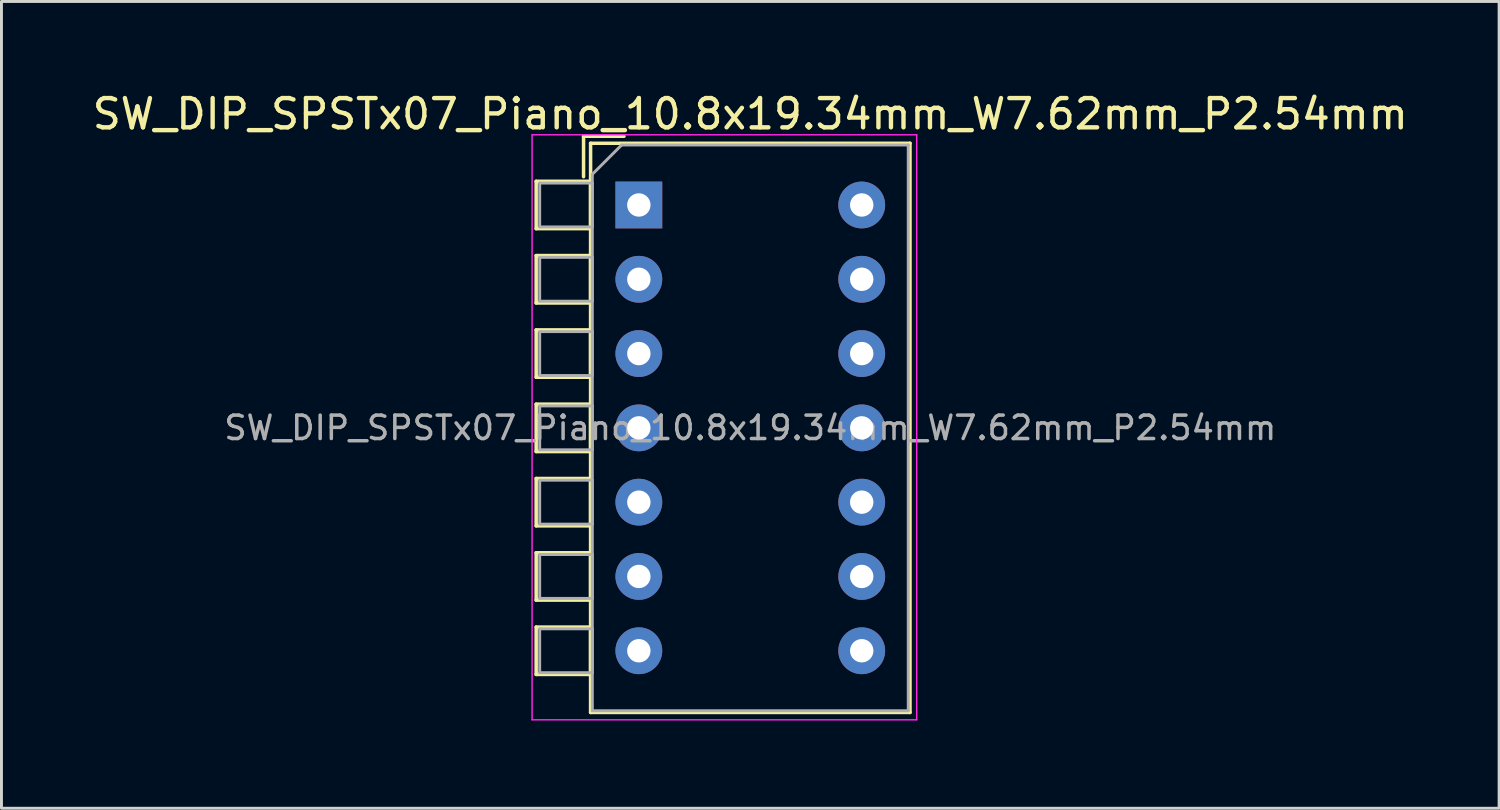
<source format=kicad_pcb>
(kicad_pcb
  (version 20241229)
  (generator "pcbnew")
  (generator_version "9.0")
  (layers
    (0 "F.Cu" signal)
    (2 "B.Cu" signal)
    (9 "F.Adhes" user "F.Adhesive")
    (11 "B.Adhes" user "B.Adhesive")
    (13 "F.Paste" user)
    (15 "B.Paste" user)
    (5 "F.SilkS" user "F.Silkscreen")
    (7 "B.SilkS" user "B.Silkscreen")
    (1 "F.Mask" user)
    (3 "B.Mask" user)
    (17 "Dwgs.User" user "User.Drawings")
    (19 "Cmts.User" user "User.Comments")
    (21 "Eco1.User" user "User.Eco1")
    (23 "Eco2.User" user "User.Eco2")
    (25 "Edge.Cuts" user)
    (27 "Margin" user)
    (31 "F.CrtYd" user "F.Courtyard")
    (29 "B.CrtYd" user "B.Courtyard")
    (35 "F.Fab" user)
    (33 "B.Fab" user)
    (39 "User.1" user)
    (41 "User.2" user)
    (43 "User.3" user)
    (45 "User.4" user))
  (footprint "SW_DIP_SPSTx07_Piano_10.8x19.34mm_W7.62mm_P2.54mm"
    (layer "F.Cu")
    (at 18.791 3.958)
    (property "Reference" "SW_DIP_SPSTx07_Piano_10.8x19.34mm_W7.62mm_P2.54mm" (at 3.81 -3.11 0) (layer "F.SilkS") (effects (font (size 1 1) (thickness 0.15))))
    (attr through_hole)
    (fp_line (start -3.51 -0.81) (end -3.51 0.81) (stroke (width 0.12) (type solid)) (layer "F.SilkS"))
    (fp_line (start -3.51 -0.81) (end -1.65 -0.81) (stroke (width 0.12) (type solid)) (layer "F.SilkS"))
    (fp_line (start -3.51 0.81) (end -1.65 0.81) (stroke (width 0.12) (type solid)) (layer "F.SilkS"))
    (fp_line (start -3.51 1.73) (end -3.51 3.35) (stroke (width 0.12) (type solid)) (layer "F.SilkS"))
    (fp_line (start -3.51 1.73) (end -1.65 1.73) (stroke (width 0.12) (type solid)) (layer "F.SilkS"))
    (fp_line (start -3.51 3.35) (end -1.65 3.35) (stroke (width 0.12) (type solid)) (layer "F.SilkS"))
    (fp_line (start -3.51 4.27) (end -3.51 5.89) (stroke (width 0.12) (type solid)) (layer "F.SilkS"))
    (fp_line (start -3.51 4.27) (end -1.65 4.27) (stroke (width 0.12) (type solid)) (layer "F.SilkS"))
    (fp_line (start -3.51 5.89) (end -1.65 5.89) (stroke (width 0.12) (type solid)) (layer "F.SilkS"))
    (fp_line (start -3.51 6.81) (end -3.51 8.43) (stroke (width 0.12) (type solid)) (layer "F.SilkS"))
    (fp_line (start -3.51 6.81) (end -1.65 6.81) (stroke (width 0.12) (type solid)) (layer "F.SilkS"))
    (fp_line (start -3.51 8.43) (end -1.65 8.43) (stroke (width 0.12) (type solid)) (layer "F.SilkS"))
    (fp_line (start -3.51 9.35) (end -3.51 10.97) (stroke (width 0.12) (type solid)) (layer "F.SilkS"))
    (fp_line (start -3.51 9.35) (end -1.65 9.35) (stroke (width 0.12) (type solid)) (layer "F.SilkS"))
    (fp_line (start -3.51 10.97) (end -1.65 10.97) (stroke (width 0.12) (type solid)) (layer "F.SilkS"))
    (fp_line (start -3.51 11.89) (end -3.51 13.51) (stroke (width 0.12) (type solid)) (layer "F.SilkS"))
    (fp_line (start -3.51 11.89) (end -1.65 11.89) (stroke (width 0.12) (type solid)) (layer "F.SilkS"))
    (fp_line (start -3.51 13.51) (end -1.65 13.51) (stroke (width 0.12) (type solid)) (layer "F.SilkS"))
    (fp_line (start -3.51 14.43) (end -3.51 16.05) (stroke (width 0.12) (type solid)) (layer "F.SilkS"))
    (fp_line (start -3.51 14.43) (end -1.65 14.43) (stroke (width 0.12) (type solid)) (layer "F.SilkS"))
    (fp_line (start -3.51 16.05) (end -1.65 16.05) (stroke (width 0.12) (type solid)) (layer "F.SilkS"))
    (fp_line (start -1.89 -2.35) (end -1.89 -0.967) (stroke (width 0.12) (type solid)) (layer "F.SilkS"))
    (fp_line (start -1.89 -2.35) (end -0.507 -2.35) (stroke (width 0.12) (type solid)) (layer "F.SilkS"))
    (fp_line (start -1.65 -2.11) (end -1.65 17.35) (stroke (width 0.12) (type solid)) (layer "F.SilkS"))
    (fp_line (start -1.65 -2.11) (end 9.27 -2.11) (stroke (width 0.12) (type solid)) (layer "F.SilkS"))
    (fp_line (start -1.65 -0.81) (end -1.65 0.81) (stroke (width 0.12) (type solid)) (layer "F.SilkS"))
    (fp_line (start -1.65 1.73) (end -1.65 3.35) (stroke (width 0.12) (type solid)) (layer "F.SilkS"))
    (fp_line (start -1.65 4.27) (end -1.65 5.89) (stroke (width 0.12) (type solid)) (layer "F.SilkS"))
    (fp_line (start -1.65 6.81) (end -1.65 8.43) (stroke (width 0.12) (type solid)) (layer "F.SilkS"))
    (fp_line (start -1.65 9.35) (end -1.65 10.97) (stroke (width 0.12) (type solid)) (layer "F.SilkS"))
    (fp_line (start -1.65 11.89) (end -1.65 13.51) (stroke (width 0.12) (type solid)) (layer "F.SilkS"))
    (fp_line (start -1.65 14.43) (end -1.65 16.05) (stroke (width 0.12) (type solid)) (layer "F.SilkS"))
    (fp_line (start -1.65 17.35) (end 9.27 17.35) (stroke (width 0.12) (type solid)) (layer "F.SilkS"))
    (fp_line (start 9.27 -2.11) (end 9.27 17.35) (stroke (width 0.12) (type solid)) (layer "F.SilkS"))
    (fp_line (start -3.65 -2.4) (end -3.65 17.6) (stroke (width 0.05) (type solid)) (layer "F.CrtYd"))
    (fp_line (start -3.65 17.6) (end 9.5 17.6) (stroke (width 0.05) (type solid)) (layer "F.CrtYd"))
    (fp_line (start 9.5 -2.4) (end -3.65 -2.4) (stroke (width 0.05) (type solid)) (layer "F.CrtYd"))
    (fp_line (start 9.5 17.6) (end 9.5 -2.4) (stroke (width 0.05) (type solid)) (layer "F.CrtYd"))
    (fp_line (start -3.39 -0.75) (end -1.59 -0.75) (stroke (width 0.1) (type solid)) (layer "F.Fab"))
    (fp_line (start -3.39 0.75) (end -3.39 -0.75) (stroke (width 0.1) (type solid)) (layer "F.Fab"))
    (fp_line (start -3.39 1.79) (end -1.59 1.79) (stroke (width 0.1) (type solid)) (layer "F.Fab"))
    (fp_line (start -3.39 3.29) (end -3.39 1.79) (stroke (width 0.1) (type solid)) (layer "F.Fab"))
    (fp_line (start -3.39 4.33) (end -1.59 4.33) (stroke (width 0.1) (type solid)) (layer "F.Fab"))
    (fp_line (start -3.39 5.83) (end -3.39 4.33) (stroke (width 0.1) (type solid)) (layer "F.Fab"))
    (fp_line (start -3.39 6.87) (end -1.59 6.87) (stroke (width 0.1) (type solid)) (layer "F.Fab"))
    (fp_line (start -3.39 8.37) (end -3.39 6.87) (stroke (width 0.1) (type solid)) (layer "F.Fab"))
    (fp_line (start -3.39 9.41) (end -1.59 9.41) (stroke (width 0.1) (type solid)) (layer "F.Fab"))
    (fp_line (start -3.39 10.91) (end -3.39 9.41) (stroke (width 0.1) (type solid)) (layer "F.Fab"))
    (fp_line (start -3.39 11.95) (end -1.59 11.95) (stroke (width 0.1) (type solid)) (layer "F.Fab"))
    (fp_line (start -3.39 13.45) (end -3.39 11.95) (stroke (width 0.1) (type solid)) (layer "F.Fab"))
    (fp_line (start -3.39 14.49) (end -1.59 14.49) (stroke (width 0.1) (type solid)) (layer "F.Fab"))
    (fp_line (start -3.39 15.99) (end -3.39 14.49) (stroke (width 0.1) (type solid)) (layer "F.Fab"))
    (fp_line (start -1.59 -1.05) (end -0.59 -2.05) (stroke (width 0.1) (type solid)) (layer "F.Fab"))
    (fp_line (start -1.59 -0.75) (end -1.59 0.75) (stroke (width 0.1) (type solid)) (layer "F.Fab"))
    (fp_line (start -1.59 0.75) (end -3.39 0.75) (stroke (width 0.1) (type solid)) (layer "F.Fab"))
    (fp_line (start -1.59 1.79) (end -1.59 3.29) (stroke (width 0.1) (type solid)) (layer "F.Fab"))
    (fp_line (start -1.59 3.29) (end -3.39 3.29) (stroke (width 0.1) (type solid)) (layer "F.Fab"))
    (fp_line (start -1.59 4.33) (end -1.59 5.83) (stroke (width 0.1) (type solid)) (layer "F.Fab"))
    (fp_line (start -1.59 5.83) (end -3.39 5.83) (stroke (width 0.1) (type solid)) (layer "F.Fab"))
    (fp_line (start -1.59 6.87) (end -1.59 8.37) (stroke (width 0.1) (type solid)) (layer "F.Fab"))
    (fp_line (start -1.59 8.37) (end -3.39 8.37) (stroke (width 0.1) (type solid)) (layer "F.Fab"))
    (fp_line (start -1.59 9.41) (end -1.59 10.91) (stroke (width 0.1) (type solid)) (layer "F.Fab"))
    (fp_line (start -1.59 10.91) (end -3.39 10.91) (stroke (width 0.1) (type solid)) (layer "F.Fab"))
    (fp_line (start -1.59 11.95) (end -1.59 13.45) (stroke (width 0.1) (type solid)) (layer "F.Fab"))
    (fp_line (start -1.59 13.45) (end -3.39 13.45) (stroke (width 0.1) (type solid)) (layer "F.Fab"))
    (fp_line (start -1.59 14.49) (end -1.59 15.99) (stroke (width 0.1) (type solid)) (layer "F.Fab"))
    (fp_line (start -1.59 15.99) (end -3.39 15.99) (stroke (width 0.1) (type solid)) (layer "F.Fab"))
    (fp_line (start -1.59 17.29) (end -1.59 -1.05) (stroke (width 0.1) (type solid)) (layer "F.Fab"))
    (fp_line (start -0.59 -2.05) (end 9.21 -2.05) (stroke (width 0.1) (type solid)) (layer "F.Fab"))
    (fp_line (start 9.21 -2.05) (end 9.21 17.29) (stroke (width 0.1) (type solid)) (layer "F.Fab"))
    (fp_line (start 9.21 17.29) (end -1.59 17.29) (stroke (width 0.1) (type solid)) (layer "F.Fab"))
    (fp_text user "${REFERENCE}" (at 3.81 7.62 0) (layer "F.Fab") (effects (font (size 0.8 0.8) (thickness 0.12))))
    (pad "1" thru_hole rect (at 0 0) (size 1.6 1.6) (drill 0.8) (layers "*.Cu" "*.Mask"))
    (pad "2" thru_hole oval (at 0 2.54) (size 1.6 1.6) (drill 0.8) (layers "*.Cu" "*.Mask"))
    (pad "3" thru_hole oval (at 0 5.08) (size 1.6 1.6) (drill 0.8) (layers "*.Cu" "*.Mask"))
    (pad "4" thru_hole oval (at 0 7.62) (size 1.6 1.6) (drill 0.8) (layers "*.Cu" "*.Mask"))
    (pad "5" thru_hole oval (at 0 10.16) (size 1.6 1.6) (drill 0.8) (layers "*.Cu" "*.Mask"))
    (pad "6" thru_hole oval (at 0 12.7) (size 1.6 1.6) (drill 0.8) (layers "*.Cu" "*.Mask"))
    (pad "7" thru_hole oval (at 0 15.24) (size 1.6 1.6) (drill 0.8) (layers "*.Cu" "*.Mask"))
    (pad "8" thru_hole oval (at 7.62 15.24) (size 1.6 1.6) (drill 0.8) (layers "*.Cu" "*.Mask"))
    (pad "9" thru_hole oval (at 7.62 12.7) (size 1.6 1.6) (drill 0.8) (layers "*.Cu" "*.Mask"))
    (pad "10" thru_hole oval (at 7.62 10.16) (size 1.6 1.6) (drill 0.8) (layers "*.Cu" "*.Mask"))
    (pad "11" thru_hole oval (at 7.62 7.62) (size 1.6 1.6) (drill 0.8) (layers "*.Cu" "*.Mask"))
    (pad "12" thru_hole oval (at 7.62 5.08) (size 1.6 1.6) (drill 0.8) (layers "*.Cu" "*.Mask"))
    (pad "13" thru_hole oval (at 7.62 2.54) (size 1.6 1.6) (drill 0.8) (layers "*.Cu" "*.Mask"))
    (pad "14" thru_hole oval (at 7.62 0) (size 1.6 1.6) (drill 0.8) (layers "*.Cu" "*.Mask")))
  (gr_rect
    (start -3 -3)
    (end 48.202 24.583)
    (stroke (width 0.1) (type default))
    (fill no)
    (layer "Edge.Cuts")))
</source>
